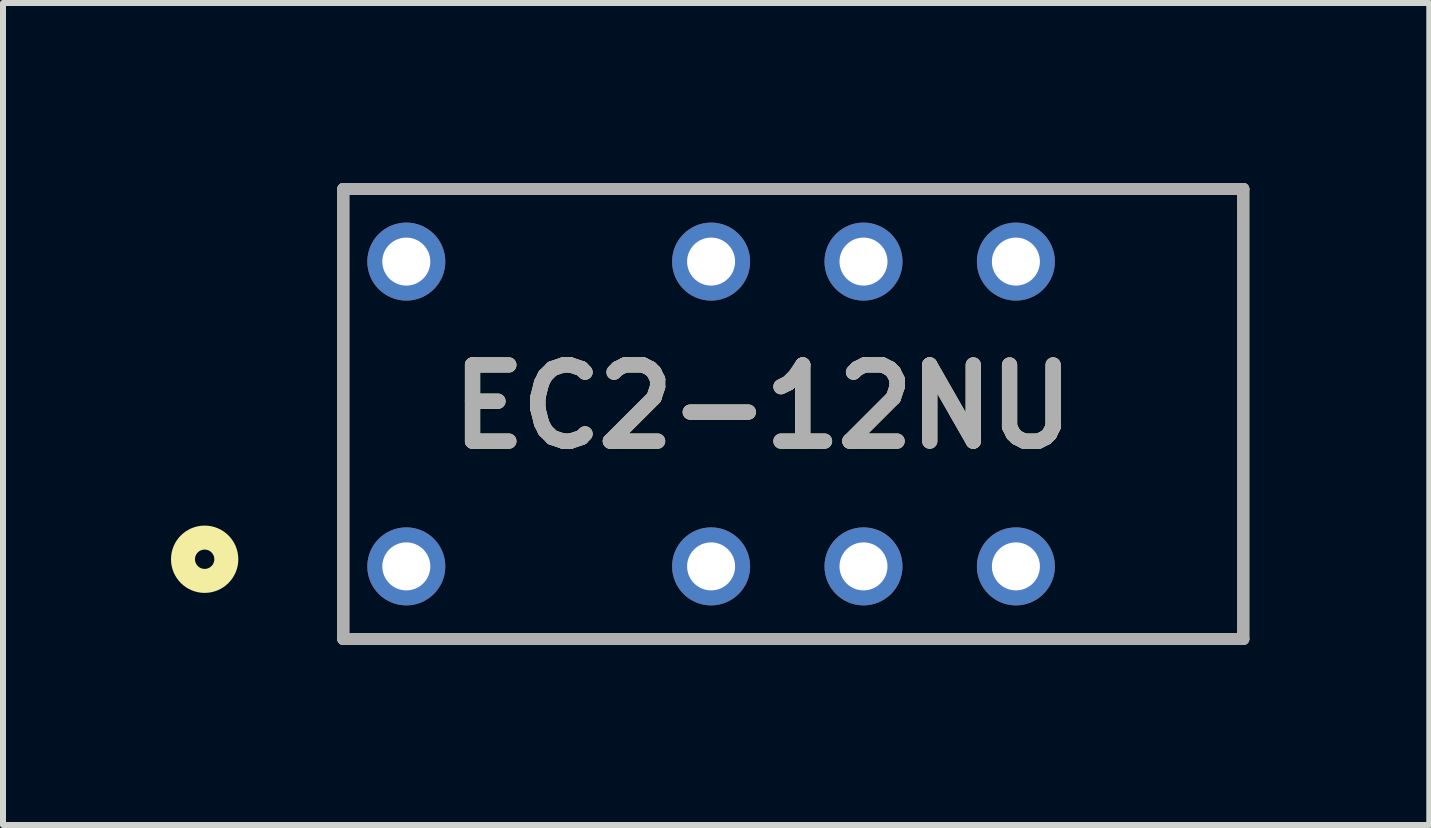
<source format=kicad_pcb>
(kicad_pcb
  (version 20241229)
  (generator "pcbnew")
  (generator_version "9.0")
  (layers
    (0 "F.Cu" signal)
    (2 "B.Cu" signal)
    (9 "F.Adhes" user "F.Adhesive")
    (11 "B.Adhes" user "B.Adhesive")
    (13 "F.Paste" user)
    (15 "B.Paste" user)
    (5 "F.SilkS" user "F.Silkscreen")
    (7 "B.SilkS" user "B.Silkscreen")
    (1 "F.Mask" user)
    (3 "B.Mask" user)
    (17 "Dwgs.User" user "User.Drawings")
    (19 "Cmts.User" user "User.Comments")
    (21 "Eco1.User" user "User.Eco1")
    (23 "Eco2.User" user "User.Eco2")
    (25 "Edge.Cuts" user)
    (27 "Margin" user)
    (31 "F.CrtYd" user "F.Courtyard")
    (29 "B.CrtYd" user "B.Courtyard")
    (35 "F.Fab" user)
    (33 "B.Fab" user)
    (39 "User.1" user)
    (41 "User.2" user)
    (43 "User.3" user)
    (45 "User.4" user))
  (footprint "EC2-12NU"
    (layer "F.Cu")
    (at 2.672 3.85)
    (property "Reference" "EC2-12NU" (at 6.992 -0.122 0) (layer "F.SilkS") (effects (font (size 1.27 1.27) (thickness 0.254))))
    (attr through_hole)
    (fp_line (start 0 -3.75) (end 0 3.75) (stroke (width 0.2) (type solid)) (layer "F.SilkS"))
    (fp_line (start 0 3.75) (end 15 3.75) (stroke (width 0.2) (type solid)) (layer "F.SilkS"))
    (fp_line (start 15 -3.75) (end 0 -3.75) (stroke (width 0.2) (type solid)) (layer "F.SilkS"))
    (fp_line (start 15 3.75) (end 15 -3.75) (stroke (width 0.2) (type solid)) (layer "F.SilkS"))
    (fp_circle (center -2.311 2.421) (end -2.311 2.582) (stroke (width 0.4) (type solid)) (fill no) (layer "F.SilkS"))
    (fp_line (start 0 -3.75) (end 15 -3.75) (stroke (width 0.2) (type solid)) (layer "F.Fab"))
    (fp_line (start 0 3.75) (end 0 -3.75) (stroke (width 0.2) (type solid)) (layer "F.Fab"))
    (fp_line (start 15 -3.75) (end 15 3.75) (stroke (width 0.2) (type solid)) (layer "F.Fab"))
    (fp_line (start 15 3.75) (end 0 3.75) (stroke (width 0.2) (type solid)) (layer "F.Fab"))
    (fp_text user "${REFERENCE}" (at 6.992 -0.122 0) (layer "F.Fab") (effects (font (size 1.27 1.27) (thickness 0.254))))
    (pad "1" thru_hole circle (at 1.05 2.54) (size 1.3 1.3) (drill 0.8) (layers "*.Cu" "*.Mask"))
    (pad "3" thru_hole circle (at 6.13 2.54) (size 1.3 1.3) (drill 0.8) (layers "*.Cu" "*.Mask"))
    (pad "4" thru_hole circle (at 8.67 2.54) (size 1.3 1.3) (drill 0.8) (layers "*.Cu" "*.Mask"))
    (pad "5" thru_hole circle (at 11.21 2.54) (size 1.3 1.3) (drill 0.8) (layers "*.Cu" "*.Mask"))
    (pad "8" thru_hole circle (at 11.21 -2.54) (size 1.3 1.3) (drill 0.8) (layers "*.Cu" "*.Mask"))
    (pad "9" thru_hole circle (at 8.67 -2.54) (size 1.3 1.3) (drill 0.8) (layers "*.Cu" "*.Mask"))
    (pad "10" thru_hole circle (at 6.13 -2.54) (size 1.3 1.3) (drill 0.8) (layers "*.Cu" "*.Mask"))
    (pad "12" thru_hole circle (at 1.05 -2.54) (size 1.3 1.3) (drill 0.8) (layers "*.Cu" "*.Mask")))
  (gr_rect
    (start -3 -3)
    (end 20.772 10.7)
    (stroke (width 0.1) (type default))
    (fill no)
    (layer "Edge.Cuts")))
</source>
